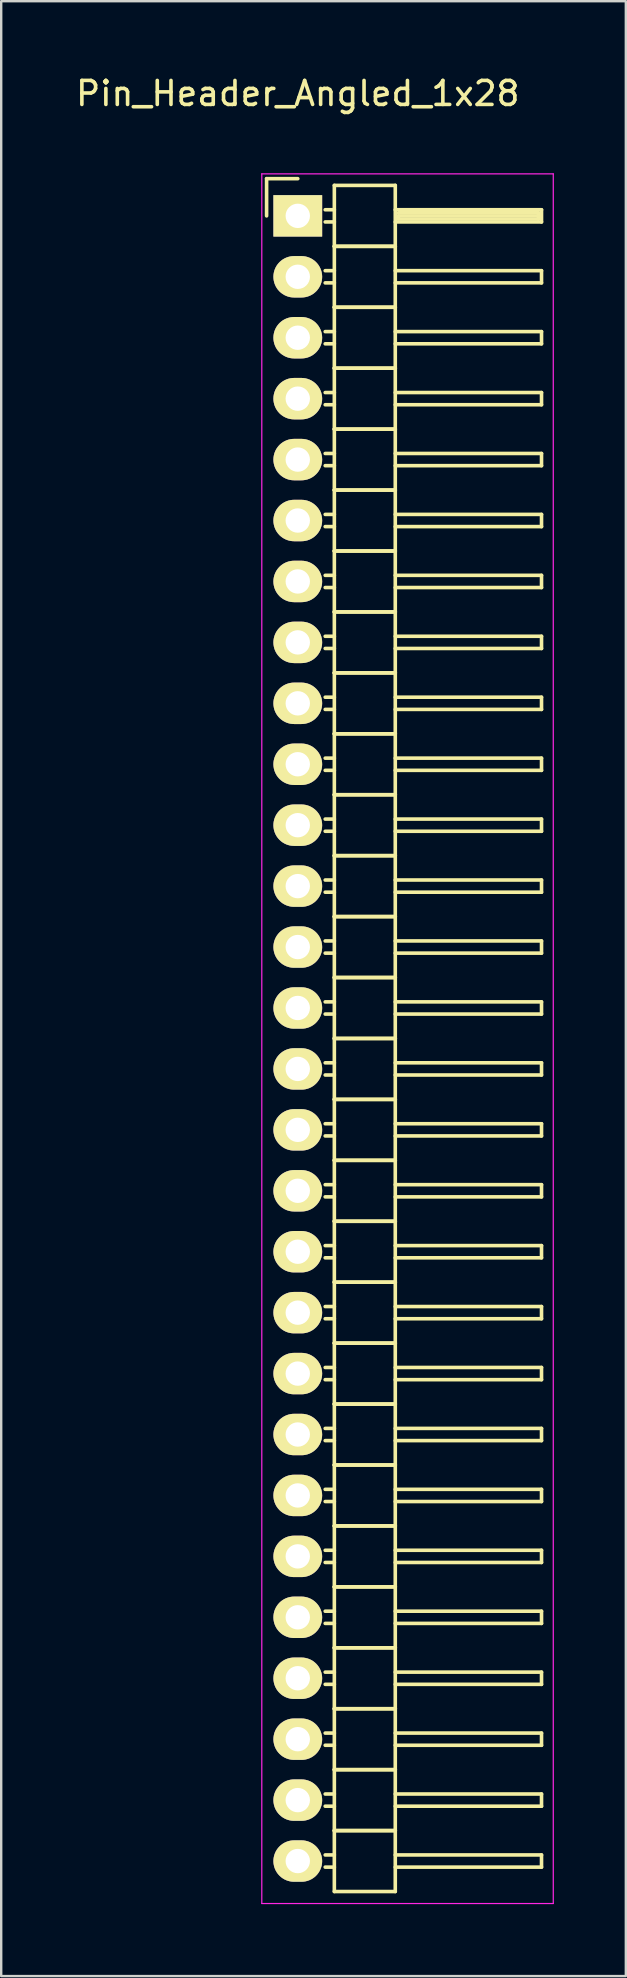
<source format=kicad_pcb>
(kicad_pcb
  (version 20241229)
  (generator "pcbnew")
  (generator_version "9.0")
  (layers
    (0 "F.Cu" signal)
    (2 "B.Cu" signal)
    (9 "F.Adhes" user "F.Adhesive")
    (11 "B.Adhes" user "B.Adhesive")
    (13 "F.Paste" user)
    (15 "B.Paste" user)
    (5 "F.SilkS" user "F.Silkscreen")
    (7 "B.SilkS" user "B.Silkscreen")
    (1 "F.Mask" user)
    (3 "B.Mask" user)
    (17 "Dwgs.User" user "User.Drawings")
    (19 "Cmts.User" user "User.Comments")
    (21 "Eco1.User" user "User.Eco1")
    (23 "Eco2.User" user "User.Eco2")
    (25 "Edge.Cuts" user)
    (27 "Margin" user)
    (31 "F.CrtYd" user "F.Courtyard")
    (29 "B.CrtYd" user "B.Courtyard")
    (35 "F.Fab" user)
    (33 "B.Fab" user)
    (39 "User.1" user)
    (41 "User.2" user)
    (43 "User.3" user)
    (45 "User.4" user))
  (footprint "Pin_Header_Angled_1x28"
    (layer "F.Cu")
    (at 9.363 5.948)
    (property "Reference" "Pin_Header_Angled_1x28" (at 0 -5.1 0) (layer "F.SilkS") (effects (font (size 1 1) (thickness 0.15))))
    (attr through_hole)
    (fp_line (start -1.3 -1.55) (end -1.3 0) (stroke (width 0.15) (type solid)) (layer "F.SilkS"))
    (fp_line (start 0 -1.55) (end -1.3 -1.55) (stroke (width 0.15) (type solid)) (layer "F.SilkS"))
    (fp_line (start 1.524 -1.27) (end 1.524 1.27) (stroke (width 0.15) (type solid)) (layer "F.SilkS"))
    (fp_line (start 1.524 -1.27) (end 4.064 -1.27) (stroke (width 0.15) (type solid)) (layer "F.SilkS"))
    (fp_line (start 1.524 -0.254) (end 1.143 -0.254) (stroke (width 0.15) (type solid)) (layer "F.SilkS"))
    (fp_line (start 1.524 0.254) (end 1.143 0.254) (stroke (width 0.15) (type solid)) (layer "F.SilkS"))
    (fp_line (start 1.524 1.27) (end 1.524 3.81) (stroke (width 0.15) (type solid)) (layer "F.SilkS"))
    (fp_line (start 1.524 1.27) (end 4.064 1.27) (stroke (width 0.15) (type solid)) (layer "F.SilkS"))
    (fp_line (start 1.524 1.27) (end 4.064 1.27) (stroke (width 0.15) (type solid)) (layer "F.SilkS"))
    (fp_line (start 1.524 2.286) (end 1.143 2.286) (stroke (width 0.15) (type solid)) (layer "F.SilkS"))
    (fp_line (start 1.524 2.794) (end 1.143 2.794) (stroke (width 0.15) (type solid)) (layer "F.SilkS"))
    (fp_line (start 1.524 3.81) (end 1.524 6.35) (stroke (width 0.15) (type solid)) (layer "F.SilkS"))
    (fp_line (start 1.524 3.81) (end 4.064 3.81) (stroke (width 0.15) (type solid)) (layer "F.SilkS"))
    (fp_line (start 1.524 3.81) (end 4.064 3.81) (stroke (width 0.15) (type solid)) (layer "F.SilkS"))
    (fp_line (start 1.524 4.826) (end 1.143 4.826) (stroke (width 0.15) (type solid)) (layer "F.SilkS"))
    (fp_line (start 1.524 5.334) (end 1.143 5.334) (stroke (width 0.15) (type solid)) (layer "F.SilkS"))
    (fp_line (start 1.524 6.35) (end 1.524 8.89) (stroke (width 0.15) (type solid)) (layer "F.SilkS"))
    (fp_line (start 1.524 6.35) (end 4.064 6.35) (stroke (width 0.15) (type solid)) (layer "F.SilkS"))
    (fp_line (start 1.524 6.35) (end 4.064 6.35) (stroke (width 0.15) (type solid)) (layer "F.SilkS"))
    (fp_line (start 1.524 7.366) (end 1.143 7.366) (stroke (width 0.15) (type solid)) (layer "F.SilkS"))
    (fp_line (start 1.524 7.874) (end 1.143 7.874) (stroke (width 0.15) (type solid)) (layer "F.SilkS"))
    (fp_line (start 1.524 8.89) (end 1.524 11.43) (stroke (width 0.15) (type solid)) (layer "F.SilkS"))
    (fp_line (start 1.524 8.89) (end 4.064 8.89) (stroke (width 0.15) (type solid)) (layer "F.SilkS"))
    (fp_line (start 1.524 8.89) (end 4.064 8.89) (stroke (width 0.15) (type solid)) (layer "F.SilkS"))
    (fp_line (start 1.524 9.906) (end 1.143 9.906) (stroke (width 0.15) (type solid)) (layer "F.SilkS"))
    (fp_line (start 1.524 10.414) (end 1.143 10.414) (stroke (width 0.15) (type solid)) (layer "F.SilkS"))
    (fp_line (start 1.524 11.43) (end 1.524 13.97) (stroke (width 0.15) (type solid)) (layer "F.SilkS"))
    (fp_line (start 1.524 11.43) (end 4.064 11.43) (stroke (width 0.15) (type solid)) (layer "F.SilkS"))
    (fp_line (start 1.524 11.43) (end 4.064 11.43) (stroke (width 0.15) (type solid)) (layer "F.SilkS"))
    (fp_line (start 1.524 12.446) (end 1.143 12.446) (stroke (width 0.15) (type solid)) (layer "F.SilkS"))
    (fp_line (start 1.524 12.954) (end 1.143 12.954) (stroke (width 0.15) (type solid)) (layer "F.SilkS"))
    (fp_line (start 1.524 13.97) (end 1.524 16.51) (stroke (width 0.15) (type solid)) (layer "F.SilkS"))
    (fp_line (start 1.524 13.97) (end 4.064 13.97) (stroke (width 0.15) (type solid)) (layer "F.SilkS"))
    (fp_line (start 1.524 13.97) (end 4.064 13.97) (stroke (width 0.15) (type solid)) (layer "F.SilkS"))
    (fp_line (start 1.524 14.986) (end 1.143 14.986) (stroke (width 0.15) (type solid)) (layer "F.SilkS"))
    (fp_line (start 1.524 15.494) (end 1.143 15.494) (stroke (width 0.15) (type solid)) (layer "F.SilkS"))
    (fp_line (start 1.524 16.51) (end 1.524 19.05) (stroke (width 0.15) (type solid)) (layer "F.SilkS"))
    (fp_line (start 1.524 16.51) (end 4.064 16.51) (stroke (width 0.15) (type solid)) (layer "F.SilkS"))
    (fp_line (start 1.524 16.51) (end 4.064 16.51) (stroke (width 0.15) (type solid)) (layer "F.SilkS"))
    (fp_line (start 1.524 17.526) (end 1.143 17.526) (stroke (width 0.15) (type solid)) (layer "F.SilkS"))
    (fp_line (start 1.524 18.034) (end 1.143 18.034) (stroke (width 0.15) (type solid)) (layer "F.SilkS"))
    (fp_line (start 1.524 19.05) (end 1.524 21.59) (stroke (width 0.15) (type solid)) (layer "F.SilkS"))
    (fp_line (start 1.524 19.05) (end 4.064 19.05) (stroke (width 0.15) (type solid)) (layer "F.SilkS"))
    (fp_line (start 1.524 19.05) (end 4.064 19.05) (stroke (width 0.15) (type solid)) (layer "F.SilkS"))
    (fp_line (start 1.524 20.066) (end 1.143 20.066) (stroke (width 0.15) (type solid)) (layer "F.SilkS"))
    (fp_line (start 1.524 20.574) (end 1.143 20.574) (stroke (width 0.15) (type solid)) (layer "F.SilkS"))
    (fp_line (start 1.524 21.59) (end 1.524 24.13) (stroke (width 0.15) (type solid)) (layer "F.SilkS"))
    (fp_line (start 1.524 21.59) (end 4.064 21.59) (stroke (width 0.15) (type solid)) (layer "F.SilkS"))
    (fp_line (start 1.524 21.59) (end 4.064 21.59) (stroke (width 0.15) (type solid)) (layer "F.SilkS"))
    (fp_line (start 1.524 22.606) (end 1.143 22.606) (stroke (width 0.15) (type solid)) (layer "F.SilkS"))
    (fp_line (start 1.524 23.114) (end 1.143 23.114) (stroke (width 0.15) (type solid)) (layer "F.SilkS"))
    (fp_line (start 1.524 24.13) (end 1.524 26.67) (stroke (width 0.15) (type solid)) (layer "F.SilkS"))
    (fp_line (start 1.524 24.13) (end 4.064 24.13) (stroke (width 0.15) (type solid)) (layer "F.SilkS"))
    (fp_line (start 1.524 24.13) (end 4.064 24.13) (stroke (width 0.15) (type solid)) (layer "F.SilkS"))
    (fp_line (start 1.524 25.146) (end 1.143 25.146) (stroke (width 0.15) (type solid)) (layer "F.SilkS"))
    (fp_line (start 1.524 25.654) (end 1.143 25.654) (stroke (width 0.15) (type solid)) (layer "F.SilkS"))
    (fp_line (start 1.524 26.67) (end 1.524 29.21) (stroke (width 0.15) (type solid)) (layer "F.SilkS"))
    (fp_line (start 1.524 26.67) (end 4.064 26.67) (stroke (width 0.15) (type solid)) (layer "F.SilkS"))
    (fp_line (start 1.524 26.67) (end 4.064 26.67) (stroke (width 0.15) (type solid)) (layer "F.SilkS"))
    (fp_line (start 1.524 27.686) (end 1.143 27.686) (stroke (width 0.15) (type solid)) (layer "F.SilkS"))
    (fp_line (start 1.524 28.194) (end 1.143 28.194) (stroke (width 0.15) (type solid)) (layer "F.SilkS"))
    (fp_line (start 1.524 29.21) (end 1.524 31.75) (stroke (width 0.15) (type solid)) (layer "F.SilkS"))
    (fp_line (start 1.524 29.21) (end 4.064 29.21) (stroke (width 0.15) (type solid)) (layer "F.SilkS"))
    (fp_line (start 1.524 29.21) (end 4.064 29.21) (stroke (width 0.15) (type solid)) (layer "F.SilkS"))
    (fp_line (start 1.524 30.226) (end 1.143 30.226) (stroke (width 0.15) (type solid)) (layer "F.SilkS"))
    (fp_line (start 1.524 30.734) (end 1.143 30.734) (stroke (width 0.15) (type solid)) (layer "F.SilkS"))
    (fp_line (start 1.524 31.75) (end 1.524 34.29) (stroke (width 0.15) (type solid)) (layer "F.SilkS"))
    (fp_line (start 1.524 31.75) (end 4.064 31.75) (stroke (width 0.15) (type solid)) (layer "F.SilkS"))
    (fp_line (start 1.524 31.75) (end 4.064 31.75) (stroke (width 0.15) (type solid)) (layer "F.SilkS"))
    (fp_line (start 1.524 32.766) (end 1.143 32.766) (stroke (width 0.15) (type solid)) (layer "F.SilkS"))
    (fp_line (start 1.524 33.274) (end 1.143 33.274) (stroke (width 0.15) (type solid)) (layer "F.SilkS"))
    (fp_line (start 1.524 34.29) (end 1.524 36.83) (stroke (width 0.15) (type solid)) (layer "F.SilkS"))
    (fp_line (start 1.524 34.29) (end 4.064 34.29) (stroke (width 0.15) (type solid)) (layer "F.SilkS"))
    (fp_line (start 1.524 34.29) (end 4.064 34.29) (stroke (width 0.15) (type solid)) (layer "F.SilkS"))
    (fp_line (start 1.524 35.306) (end 1.143 35.306) (stroke (width 0.15) (type solid)) (layer "F.SilkS"))
    (fp_line (start 1.524 35.814) (end 1.143 35.814) (stroke (width 0.15) (type solid)) (layer "F.SilkS"))
    (fp_line (start 1.524 36.83) (end 1.524 39.37) (stroke (width 0.15) (type solid)) (layer "F.SilkS"))
    (fp_line (start 1.524 36.83) (end 4.064 36.83) (stroke (width 0.15) (type solid)) (layer "F.SilkS"))
    (fp_line (start 1.524 36.83) (end 4.064 36.83) (stroke (width 0.15) (type solid)) (layer "F.SilkS"))
    (fp_line (start 1.524 37.846) (end 1.143 37.846) (stroke (width 0.15) (type solid)) (layer "F.SilkS"))
    (fp_line (start 1.524 38.354) (end 1.143 38.354) (stroke (width 0.15) (type solid)) (layer "F.SilkS"))
    (fp_line (start 1.524 39.37) (end 1.524 41.91) (stroke (width 0.15) (type solid)) (layer "F.SilkS"))
    (fp_line (start 1.524 39.37) (end 4.064 39.37) (stroke (width 0.15) (type solid)) (layer "F.SilkS"))
    (fp_line (start 1.524 39.37) (end 4.064 39.37) (stroke (width 0.15) (type solid)) (layer "F.SilkS"))
    (fp_line (start 1.524 40.386) (end 1.143 40.386) (stroke (width 0.15) (type solid)) (layer "F.SilkS"))
    (fp_line (start 1.524 40.894) (end 1.143 40.894) (stroke (width 0.15) (type solid)) (layer "F.SilkS"))
    (fp_line (start 1.524 41.91) (end 1.524 44.45) (stroke (width 0.15) (type solid)) (layer "F.SilkS"))
    (fp_line (start 1.524 41.91) (end 4.064 41.91) (stroke (width 0.15) (type solid)) (layer "F.SilkS"))
    (fp_line (start 1.524 41.91) (end 4.064 41.91) (stroke (width 0.15) (type solid)) (layer "F.SilkS"))
    (fp_line (start 1.524 42.926) (end 1.143 42.926) (stroke (width 0.15) (type solid)) (layer "F.SilkS"))
    (fp_line (start 1.524 43.434) (end 1.143 43.434) (stroke (width 0.15) (type solid)) (layer "F.SilkS"))
    (fp_line (start 1.524 44.45) (end 1.524 46.99) (stroke (width 0.15) (type solid)) (layer "F.SilkS"))
    (fp_line (start 1.524 44.45) (end 4.064 44.45) (stroke (width 0.15) (type solid)) (layer "F.SilkS"))
    (fp_line (start 1.524 44.45) (end 4.064 44.45) (stroke (width 0.15) (type solid)) (layer "F.SilkS"))
    (fp_line (start 1.524 45.466) (end 1.143 45.466) (stroke (width 0.15) (type solid)) (layer "F.SilkS"))
    (fp_line (start 1.524 45.974) (end 1.143 45.974) (stroke (width 0.15) (type solid)) (layer "F.SilkS"))
    (fp_line (start 1.524 46.99) (end 1.524 49.53) (stroke (width 0.15) (type solid)) (layer "F.SilkS"))
    (fp_line (start 1.524 46.99) (end 4.064 46.99) (stroke (width 0.15) (type solid)) (layer "F.SilkS"))
    (fp_line (start 1.524 46.99) (end 4.064 46.99) (stroke (width 0.15) (type solid)) (layer "F.SilkS"))
    (fp_line (start 1.524 48.006) (end 1.143 48.006) (stroke (width 0.15) (type solid)) (layer "F.SilkS"))
    (fp_line (start 1.524 48.514) (end 1.143 48.514) (stroke (width 0.15) (type solid)) (layer "F.SilkS"))
    (fp_line (start 1.524 49.53) (end 1.524 52.07) (stroke (width 0.15) (type solid)) (layer "F.SilkS"))
    (fp_line (start 1.524 49.53) (end 4.064 49.53) (stroke (width 0.15) (type solid)) (layer "F.SilkS"))
    (fp_line (start 1.524 49.53) (end 4.064 49.53) (stroke (width 0.15) (type solid)) (layer "F.SilkS"))
    (fp_line (start 1.524 50.546) (end 1.143 50.546) (stroke (width 0.15) (type solid)) (layer "F.SilkS"))
    (fp_line (start 1.524 51.054) (end 1.143 51.054) (stroke (width 0.15) (type solid)) (layer "F.SilkS"))
    (fp_line (start 1.524 52.07) (end 1.524 54.61) (stroke (width 0.15) (type solid)) (layer "F.SilkS"))
    (fp_line (start 1.524 52.07) (end 4.064 52.07) (stroke (width 0.15) (type solid)) (layer "F.SilkS"))
    (fp_line (start 1.524 52.07) (end 4.064 52.07) (stroke (width 0.15) (type solid)) (layer "F.SilkS"))
    (fp_line (start 1.524 53.086) (end 1.143 53.086) (stroke (width 0.15) (type solid)) (layer "F.SilkS"))
    (fp_line (start 1.524 53.594) (end 1.143 53.594) (stroke (width 0.15) (type solid)) (layer "F.SilkS"))
    (fp_line (start 1.524 54.61) (end 1.524 57.15) (stroke (width 0.15) (type solid)) (layer "F.SilkS"))
    (fp_line (start 1.524 54.61) (end 4.064 54.61) (stroke (width 0.15) (type solid)) (layer "F.SilkS"))
    (fp_line (start 1.524 54.61) (end 4.064 54.61) (stroke (width 0.15) (type solid)) (layer "F.SilkS"))
    (fp_line (start 1.524 55.626) (end 1.143 55.626) (stroke (width 0.15) (type solid)) (layer "F.SilkS"))
    (fp_line (start 1.524 56.134) (end 1.143 56.134) (stroke (width 0.15) (type solid)) (layer "F.SilkS"))
    (fp_line (start 1.524 57.15) (end 1.524 59.69) (stroke (width 0.15) (type solid)) (layer "F.SilkS"))
    (fp_line (start 1.524 57.15) (end 4.064 57.15) (stroke (width 0.15) (type solid)) (layer "F.SilkS"))
    (fp_line (start 1.524 57.15) (end 4.064 57.15) (stroke (width 0.15) (type solid)) (layer "F.SilkS"))
    (fp_line (start 1.524 58.166) (end 1.143 58.166) (stroke (width 0.15) (type solid)) (layer "F.SilkS"))
    (fp_line (start 1.524 58.674) (end 1.143 58.674) (stroke (width 0.15) (type solid)) (layer "F.SilkS"))
    (fp_line (start 1.524 59.69) (end 1.524 62.23) (stroke (width 0.15) (type solid)) (layer "F.SilkS"))
    (fp_line (start 1.524 59.69) (end 4.064 59.69) (stroke (width 0.15) (type solid)) (layer "F.SilkS"))
    (fp_line (start 1.524 59.69) (end 4.064 59.69) (stroke (width 0.15) (type solid)) (layer "F.SilkS"))
    (fp_line (start 1.524 60.706) (end 1.143 60.706) (stroke (width 0.15) (type solid)) (layer "F.SilkS"))
    (fp_line (start 1.524 61.214) (end 1.143 61.214) (stroke (width 0.15) (type solid)) (layer "F.SilkS"))
    (fp_line (start 1.524 62.23) (end 1.524 64.77) (stroke (width 0.15) (type solid)) (layer "F.SilkS"))
    (fp_line (start 1.524 62.23) (end 4.064 62.23) (stroke (width 0.15) (type solid)) (layer "F.SilkS"))
    (fp_line (start 1.524 62.23) (end 4.064 62.23) (stroke (width 0.15) (type solid)) (layer "F.SilkS"))
    (fp_line (start 1.524 63.246) (end 1.143 63.246) (stroke (width 0.15) (type solid)) (layer "F.SilkS"))
    (fp_line (start 1.524 63.754) (end 1.143 63.754) (stroke (width 0.15) (type solid)) (layer "F.SilkS"))
    (fp_line (start 1.524 64.77) (end 1.524 67.31) (stroke (width 0.15) (type solid)) (layer "F.SilkS"))
    (fp_line (start 1.524 64.77) (end 4.064 64.77) (stroke (width 0.15) (type solid)) (layer "F.SilkS"))
    (fp_line (start 1.524 64.77) (end 4.064 64.77) (stroke (width 0.15) (type solid)) (layer "F.SilkS"))
    (fp_line (start 1.524 65.786) (end 1.143 65.786) (stroke (width 0.15) (type solid)) (layer "F.SilkS"))
    (fp_line (start 1.524 66.294) (end 1.143 66.294) (stroke (width 0.15) (type solid)) (layer "F.SilkS"))
    (fp_line (start 1.524 67.31) (end 1.524 69.85) (stroke (width 0.15) (type solid)) (layer "F.SilkS"))
    (fp_line (start 1.524 67.31) (end 4.064 67.31) (stroke (width 0.15) (type solid)) (layer "F.SilkS"))
    (fp_line (start 1.524 67.31) (end 4.064 67.31) (stroke (width 0.15) (type solid)) (layer "F.SilkS"))
    (fp_line (start 1.524 68.326) (end 1.143 68.326) (stroke (width 0.15) (type solid)) (layer "F.SilkS"))
    (fp_line (start 1.524 68.834) (end 1.143 68.834) (stroke (width 0.15) (type solid)) (layer "F.SilkS"))
    (fp_line (start 1.524 69.85) (end 4.064 69.85) (stroke (width 0.15) (type solid)) (layer "F.SilkS"))
    (fp_line (start 4.064 -0.254) (end 10.16 -0.254) (stroke (width 0.15) (type solid)) (layer "F.SilkS"))
    (fp_line (start 4.064 1.27) (end 4.064 -1.27) (stroke (width 0.15) (type solid)) (layer "F.SilkS"))
    (fp_line (start 4.064 2.286) (end 10.16 2.286) (stroke (width 0.15) (type solid)) (layer "F.SilkS"))
    (fp_line (start 4.064 3.81) (end 4.064 1.27) (stroke (width 0.15) (type solid)) (layer "F.SilkS"))
    (fp_line (start 4.064 4.826) (end 10.16 4.826) (stroke (width 0.15) (type solid)) (layer "F.SilkS"))
    (fp_line (start 4.064 6.35) (end 4.064 3.81) (stroke (width 0.15) (type solid)) (layer "F.SilkS"))
    (fp_line (start 4.064 7.366) (end 10.16 7.366) (stroke (width 0.15) (type solid)) (layer "F.SilkS"))
    (fp_line (start 4.064 8.89) (end 4.064 6.35) (stroke (width 0.15) (type solid)) (layer "F.SilkS"))
    (fp_line (start 4.064 9.906) (end 10.16 9.906) (stroke (width 0.15) (type solid)) (layer "F.SilkS"))
    (fp_line (start 4.064 11.43) (end 4.064 8.89) (stroke (width 0.15) (type solid)) (layer "F.SilkS"))
    (fp_line (start 4.064 12.446) (end 10.16 12.446) (stroke (width 0.15) (type solid)) (layer "F.SilkS"))
    (fp_line (start 4.064 13.97) (end 4.064 11.43) (stroke (width 0.15) (type solid)) (layer "F.SilkS"))
    (fp_line (start 4.064 14.986) (end 10.16 14.986) (stroke (width 0.15) (type solid)) (layer "F.SilkS"))
    (fp_line (start 4.064 16.51) (end 4.064 13.97) (stroke (width 0.15) (type solid)) (layer "F.SilkS"))
    (fp_line (start 4.064 17.526) (end 10.16 17.526) (stroke (width 0.15) (type solid)) (layer "F.SilkS"))
    (fp_line (start 4.064 19.05) (end 4.064 16.51) (stroke (width 0.15) (type solid)) (layer "F.SilkS"))
    (fp_line (start 4.064 20.066) (end 10.16 20.066) (stroke (width 0.15) (type solid)) (layer "F.SilkS"))
    (fp_line (start 4.064 21.59) (end 4.064 19.05) (stroke (width 0.15) (type solid)) (layer "F.SilkS"))
    (fp_line (start 4.064 22.606) (end 10.16 22.606) (stroke (width 0.15) (type solid)) (layer "F.SilkS"))
    (fp_line (start 4.064 24.13) (end 4.064 21.59) (stroke (width 0.15) (type solid)) (layer "F.SilkS"))
    (fp_line (start 4.064 25.146) (end 10.16 25.146) (stroke (width 0.15) (type solid)) (layer "F.SilkS"))
    (fp_line (start 4.064 26.67) (end 4.064 24.13) (stroke (width 0.15) (type solid)) (layer "F.SilkS"))
    (fp_line (start 4.064 27.686) (end 10.16 27.686) (stroke (width 0.15) (type solid)) (layer "F.SilkS"))
    (fp_line (start 4.064 29.21) (end 4.064 26.67) (stroke (width 0.15) (type solid)) (layer "F.SilkS"))
    (fp_line (start 4.064 30.226) (end 10.16 30.226) (stroke (width 0.15) (type solid)) (layer "F.SilkS"))
    (fp_line (start 4.064 31.75) (end 4.064 29.21) (stroke (width 0.15) (type solid)) (layer "F.SilkS"))
    (fp_line (start 4.064 32.766) (end 10.16 32.766) (stroke (width 0.15) (type solid)) (layer "F.SilkS"))
    (fp_line (start 4.064 34.29) (end 4.064 31.75) (stroke (width 0.15) (type solid)) (layer "F.SilkS"))
    (fp_line (start 4.064 35.306) (end 10.16 35.306) (stroke (width 0.15) (type solid)) (layer "F.SilkS"))
    (fp_line (start 4.064 36.83) (end 4.064 34.29) (stroke (width 0.15) (type solid)) (layer "F.SilkS"))
    (fp_line (start 4.064 37.846) (end 10.16 37.846) (stroke (width 0.15) (type solid)) (layer "F.SilkS"))
    (fp_line (start 4.064 39.37) (end 4.064 36.83) (stroke (width 0.15) (type solid)) (layer "F.SilkS"))
    (fp_line (start 4.064 40.386) (end 10.16 40.386) (stroke (width 0.15) (type solid)) (layer "F.SilkS"))
    (fp_line (start 4.064 41.91) (end 4.064 39.37) (stroke (width 0.15) (type solid)) (layer "F.SilkS"))
    (fp_line (start 4.064 42.926) (end 10.16 42.926) (stroke (width 0.15) (type solid)) (layer "F.SilkS"))
    (fp_line (start 4.064 44.45) (end 4.064 41.91) (stroke (width 0.15) (type solid)) (layer "F.SilkS"))
    (fp_line (start 4.064 45.466) (end 10.16 45.466) (stroke (width 0.15) (type solid)) (layer "F.SilkS"))
    (fp_line (start 4.064 46.99) (end 4.064 44.45) (stroke (width 0.15) (type solid)) (layer "F.SilkS"))
    (fp_line (start 4.064 48.006) (end 10.16 48.006) (stroke (width 0.15) (type solid)) (layer "F.SilkS"))
    (fp_line (start 4.064 49.53) (end 4.064 46.99) (stroke (width 0.15) (type solid)) (layer "F.SilkS"))
    (fp_line (start 4.064 50.546) (end 10.16 50.546) (stroke (width 0.15) (type solid)) (layer "F.SilkS"))
    (fp_line (start 4.064 52.07) (end 4.064 49.53) (stroke (width 0.15) (type solid)) (layer "F.SilkS"))
    (fp_line (start 4.064 53.086) (end 10.16 53.086) (stroke (width 0.15) (type solid)) (layer "F.SilkS"))
    (fp_line (start 4.064 54.61) (end 4.064 52.07) (stroke (width 0.15) (type solid)) (layer "F.SilkS"))
    (fp_line (start 4.064 55.626) (end 10.16 55.626) (stroke (width 0.15) (type solid)) (layer "F.SilkS"))
    (fp_line (start 4.064 57.15) (end 4.064 54.61) (stroke (width 0.15) (type solid)) (layer "F.SilkS"))
    (fp_line (start 4.064 58.166) (end 10.16 58.166) (stroke (width 0.15) (type solid)) (layer "F.SilkS"))
    (fp_line (start 4.064 59.69) (end 4.064 57.15) (stroke (width 0.15) (type solid)) (layer "F.SilkS"))
    (fp_line (start 4.064 60.706) (end 10.16 60.706) (stroke (width 0.15) (type solid)) (layer "F.SilkS"))
    (fp_line (start 4.064 62.23) (end 4.064 59.69) (stroke (width 0.15) (type solid)) (layer "F.SilkS"))
    (fp_line (start 4.064 63.246) (end 10.16 63.246) (stroke (width 0.15) (type solid)) (layer "F.SilkS"))
    (fp_line (start 4.064 64.77) (end 4.064 62.23) (stroke (width 0.15) (type solid)) (layer "F.SilkS"))
    (fp_line (start 4.064 65.786) (end 10.16 65.786) (stroke (width 0.15) (type solid)) (layer "F.SilkS"))
    (fp_line (start 4.064 67.31) (end 4.064 64.77) (stroke (width 0.15) (type solid)) (layer "F.SilkS"))
    (fp_line (start 4.064 68.326) (end 10.16 68.326) (stroke (width 0.15) (type solid)) (layer "F.SilkS"))
    (fp_line (start 4.064 69.85) (end 4.064 67.31) (stroke (width 0.15) (type solid)) (layer "F.SilkS"))
    (fp_line (start 4.191 -0.127) (end 10.033 -0.127) (stroke (width 0.15) (type solid)) (layer "F.SilkS"))
    (fp_line (start 4.191 0) (end 10.033 0) (stroke (width 0.15) (type solid)) (layer "F.SilkS"))
    (fp_line (start 4.191 0.127) (end 4.191 0) (stroke (width 0.15) (type solid)) (layer "F.SilkS"))
    (fp_line (start 10.033 -0.127) (end 10.033 0.127) (stroke (width 0.15) (type solid)) (layer "F.SilkS"))
    (fp_line (start 10.033 0.127) (end 4.191 0.127) (stroke (width 0.15) (type solid)) (layer "F.SilkS"))
    (fp_line (start 10.16 -0.254) (end 10.16 0.254) (stroke (width 0.15) (type solid)) (layer "F.SilkS"))
    (fp_line (start 10.16 0.254) (end 4.064 0.254) (stroke (width 0.15) (type solid)) (layer "F.SilkS"))
    (fp_line (start 10.16 2.286) (end 10.16 2.794) (stroke (width 0.15) (type solid)) (layer "F.SilkS"))
    (fp_line (start 10.16 2.794) (end 4.064 2.794) (stroke (width 0.15) (type solid)) (layer "F.SilkS"))
    (fp_line (start 10.16 4.826) (end 10.16 5.334) (stroke (width 0.15) (type solid)) (layer "F.SilkS"))
    (fp_line (start 10.16 5.334) (end 4.064 5.334) (stroke (width 0.15) (type solid)) (layer "F.SilkS"))
    (fp_line (start 10.16 7.366) (end 10.16 7.874) (stroke (width 0.15) (type solid)) (layer "F.SilkS"))
    (fp_line (start 10.16 7.874) (end 4.064 7.874) (stroke (width 0.15) (type solid)) (layer "F.SilkS"))
    (fp_line (start 10.16 9.906) (end 10.16 10.414) (stroke (width 0.15) (type solid)) (layer "F.SilkS"))
    (fp_line (start 10.16 10.414) (end 4.064 10.414) (stroke (width 0.15) (type solid)) (layer "F.SilkS"))
    (fp_line (start 10.16 12.446) (end 10.16 12.954) (stroke (width 0.15) (type solid)) (layer "F.SilkS"))
    (fp_line (start 10.16 12.954) (end 4.064 12.954) (stroke (width 0.15) (type solid)) (layer "F.SilkS"))
    (fp_line (start 10.16 14.986) (end 10.16 15.494) (stroke (width 0.15) (type solid)) (layer "F.SilkS"))
    (fp_line (start 10.16 15.494) (end 4.064 15.494) (stroke (width 0.15) (type solid)) (layer "F.SilkS"))
    (fp_line (start 10.16 17.526) (end 10.16 18.034) (stroke (width 0.15) (type solid)) (layer "F.SilkS"))
    (fp_line (start 10.16 18.034) (end 4.064 18.034) (stroke (width 0.15) (type solid)) (layer "F.SilkS"))
    (fp_line (start 10.16 20.066) (end 10.16 20.574) (stroke (width 0.15) (type solid)) (layer "F.SilkS"))
    (fp_line (start 10.16 20.574) (end 4.064 20.574) (stroke (width 0.15) (type solid)) (layer "F.SilkS"))
    (fp_line (start 10.16 22.606) (end 10.16 23.114) (stroke (width 0.15) (type solid)) (layer "F.SilkS"))
    (fp_line (start 10.16 23.114) (end 4.064 23.114) (stroke (width 0.15) (type solid)) (layer "F.SilkS"))
    (fp_line (start 10.16 25.146) (end 10.16 25.654) (stroke (width 0.15) (type solid)) (layer "F.SilkS"))
    (fp_line (start 10.16 25.654) (end 4.064 25.654) (stroke (width 0.15) (type solid)) (layer "F.SilkS"))
    (fp_line (start 10.16 27.686) (end 10.16 28.194) (stroke (width 0.15) (type solid)) (layer "F.SilkS"))
    (fp_line (start 10.16 28.194) (end 4.064 28.194) (stroke (width 0.15) (type solid)) (layer "F.SilkS"))
    (fp_line (start 10.16 30.226) (end 10.16 30.734) (stroke (width 0.15) (type solid)) (layer "F.SilkS"))
    (fp_line (start 10.16 30.734) (end 4.064 30.734) (stroke (width 0.15) (type solid)) (layer "F.SilkS"))
    (fp_line (start 10.16 32.766) (end 10.16 33.274) (stroke (width 0.15) (type solid)) (layer "F.SilkS"))
    (fp_line (start 10.16 33.274) (end 4.064 33.274) (stroke (width 0.15) (type solid)) (layer "F.SilkS"))
    (fp_line (start 10.16 35.306) (end 10.16 35.814) (stroke (width 0.15) (type solid)) (layer "F.SilkS"))
    (fp_line (start 10.16 35.814) (end 4.064 35.814) (stroke (width 0.15) (type solid)) (layer "F.SilkS"))
    (fp_line (start 10.16 37.846) (end 10.16 38.354) (stroke (width 0.15) (type solid)) (layer "F.SilkS"))
    (fp_line (start 10.16 38.354) (end 4.064 38.354) (stroke (width 0.15) (type solid)) (layer "F.SilkS"))
    (fp_line (start 10.16 40.386) (end 10.16 40.894) (stroke (width 0.15) (type solid)) (layer "F.SilkS"))
    (fp_line (start 10.16 40.894) (end 4.064 40.894) (stroke (width 0.15) (type solid)) (layer "F.SilkS"))
    (fp_line (start 10.16 42.926) (end 10.16 43.434) (stroke (width 0.15) (type solid)) (layer "F.SilkS"))
    (fp_line (start 10.16 43.434) (end 4.064 43.434) (stroke (width 0.15) (type solid)) (layer "F.SilkS"))
    (fp_line (start 10.16 45.466) (end 10.16 45.974) (stroke (width 0.15) (type solid)) (layer "F.SilkS"))
    (fp_line (start 10.16 45.974) (end 4.064 45.974) (stroke (width 0.15) (type solid)) (layer "F.SilkS"))
    (fp_line (start 10.16 48.006) (end 10.16 48.514) (stroke (width 0.15) (type solid)) (layer "F.SilkS"))
    (fp_line (start 10.16 48.514) (end 4.064 48.514) (stroke (width 0.15) (type solid)) (layer "F.SilkS"))
    (fp_line (start 10.16 50.546) (end 10.16 51.054) (stroke (width 0.15) (type solid)) (layer "F.SilkS"))
    (fp_line (start 10.16 51.054) (end 4.064 51.054) (stroke (width 0.15) (type solid)) (layer "F.SilkS"))
    (fp_line (start 10.16 53.086) (end 10.16 53.594) (stroke (width 0.15) (type solid)) (layer "F.SilkS"))
    (fp_line (start 10.16 53.594) (end 4.064 53.594) (stroke (width 0.15) (type solid)) (layer "F.SilkS"))
    (fp_line (start 10.16 55.626) (end 10.16 56.134) (stroke (width 0.15) (type solid)) (layer "F.SilkS"))
    (fp_line (start 10.16 56.134) (end 4.064 56.134) (stroke (width 0.15) (type solid)) (layer "F.SilkS"))
    (fp_line (start 10.16 58.166) (end 10.16 58.674) (stroke (width 0.15) (type solid)) (layer "F.SilkS"))
    (fp_line (start 10.16 58.674) (end 4.064 58.674) (stroke (width 0.15) (type solid)) (layer "F.SilkS"))
    (fp_line (start 10.16 60.706) (end 10.16 61.214) (stroke (width 0.15) (type solid)) (layer "F.SilkS"))
    (fp_line (start 10.16 61.214) (end 4.064 61.214) (stroke (width 0.15) (type solid)) (layer "F.SilkS"))
    (fp_line (start 10.16 63.246) (end 10.16 63.754) (stroke (width 0.15) (type solid)) (layer "F.SilkS"))
    (fp_line (start 10.16 63.754) (end 4.064 63.754) (stroke (width 0.15) (type solid)) (layer "F.SilkS"))
    (fp_line (start 10.16 65.786) (end 10.16 66.294) (stroke (width 0.15) (type solid)) (layer "F.SilkS"))
    (fp_line (start 10.16 66.294) (end 4.064 66.294) (stroke (width 0.15) (type solid)) (layer "F.SilkS"))
    (fp_line (start 10.16 68.326) (end 10.16 68.834) (stroke (width 0.15) (type solid)) (layer "F.SilkS"))
    (fp_line (start 10.16 68.834) (end 4.064 68.834) (stroke (width 0.15) (type solid)) (layer "F.SilkS"))
    (fp_line (start -1.5 -1.75) (end -1.5 70.35) (stroke (width 0.05) (type solid)) (layer "F.CrtYd"))
    (fp_line (start -1.5 -1.75) (end 10.65 -1.75) (stroke (width 0.05) (type solid)) (layer "F.CrtYd"))
    (fp_line (start -1.5 70.35) (end 10.65 70.35) (stroke (width 0.05) (type solid)) (layer "F.CrtYd"))
    (fp_line (start 10.65 -1.75) (end 10.65 70.35) (stroke (width 0.05) (type solid)) (layer "F.CrtYd"))
    (pad "1" thru_hole rect (at 0 0) (size 2.032 1.727) (drill 1.016) (layers "*.Cu" "*.Mask" "F.SilkS"))
    (pad "2" thru_hole oval (at 0 2.54) (size 2.032 1.727) (drill 1.016) (layers "*.Cu" "*.Mask" "F.SilkS"))
    (pad "3" thru_hole oval (at 0 5.08) (size 2.032 1.727) (drill 1.016) (layers "*.Cu" "*.Mask" "F.SilkS"))
    (pad "4" thru_hole oval (at 0 7.62) (size 2.032 1.727) (drill 1.016) (layers "*.Cu" "*.Mask" "F.SilkS"))
    (pad "5" thru_hole oval (at 0 10.16) (size 2.032 1.727) (drill 1.016) (layers "*.Cu" "*.Mask" "F.SilkS"))
    (pad "6" thru_hole oval (at 0 12.7) (size 2.032 1.727) (drill 1.016) (layers "*.Cu" "*.Mask" "F.SilkS"))
    (pad "7" thru_hole oval (at 0 15.24) (size 2.032 1.727) (drill 1.016) (layers "*.Cu" "*.Mask" "F.SilkS"))
    (pad "8" thru_hole oval (at 0 17.78) (size 2.032 1.727) (drill 1.016) (layers "*.Cu" "*.Mask" "F.SilkS"))
    (pad "9" thru_hole oval (at 0 20.32) (size 2.032 1.727) (drill 1.016) (layers "*.Cu" "*.Mask" "F.SilkS"))
    (pad "10" thru_hole oval (at 0 22.86) (size 2.032 1.727) (drill 1.016) (layers "*.Cu" "*.Mask" "F.SilkS"))
    (pad "11" thru_hole oval (at 0 25.4) (size 2.032 1.727) (drill 1.016) (layers "*.Cu" "*.Mask" "F.SilkS"))
    (pad "12" thru_hole oval (at 0 27.94) (size 2.032 1.727) (drill 1.016) (layers "*.Cu" "*.Mask" "F.SilkS"))
    (pad "13" thru_hole oval (at 0 30.48) (size 2.032 1.727) (drill 1.016) (layers "*.Cu" "*.Mask" "F.SilkS"))
    (pad "14" thru_hole oval (at 0 33.02) (size 2.032 1.727) (drill 1.016) (layers "*.Cu" "*.Mask" "F.SilkS"))
    (pad "15" thru_hole oval (at 0 35.56) (size 2.032 1.727) (drill 1.016) (layers "*.Cu" "*.Mask" "F.SilkS"))
    (pad "16" thru_hole oval (at 0 38.1) (size 2.032 1.727) (drill 1.016) (layers "*.Cu" "*.Mask" "F.SilkS"))
    (pad "17" thru_hole oval (at 0 40.64) (size 2.032 1.727) (drill 1.016) (layers "*.Cu" "*.Mask" "F.SilkS"))
    (pad "18" thru_hole oval (at 0 43.18) (size 2.032 1.727) (drill 1.016) (layers "*.Cu" "*.Mask" "F.SilkS"))
    (pad "19" thru_hole oval (at 0 45.72) (size 2.032 1.727) (drill 1.016) (layers "*.Cu" "*.Mask" "F.SilkS"))
    (pad "20" thru_hole oval (at 0 48.26) (size 2.032 1.727) (drill 1.016) (layers "*.Cu" "*.Mask" "F.SilkS"))
    (pad "21" thru_hole oval (at 0 50.8) (size 2.032 1.727) (drill 1.016) (layers "*.Cu" "*.Mask" "F.SilkS"))
    (pad "22" thru_hole oval (at 0 53.34) (size 2.032 1.727) (drill 1.016) (layers "*.Cu" "*.Mask" "F.SilkS"))
    (pad "23" thru_hole oval (at 0 55.88) (size 2.032 1.727) (drill 1.016) (layers "*.Cu" "*.Mask" "F.SilkS"))
    (pad "24" thru_hole oval (at 0 58.42) (size 2.032 1.727) (drill 1.016) (layers "*.Cu" "*.Mask" "F.SilkS"))
    (pad "25" thru_hole oval (at 0 60.96) (size 2.032 1.727) (drill 1.016) (layers "*.Cu" "*.Mask" "F.SilkS"))
    (pad "26" thru_hole oval (at 0 63.5) (size 2.032 1.727) (drill 1.016) (layers "*.Cu" "*.Mask" "F.SilkS"))
    (pad "27" thru_hole oval (at 0 66.04) (size 2.032 1.727) (drill 1.016) (layers "*.Cu" "*.Mask" "F.SilkS"))
    (pad "28" thru_hole oval (at 0 68.58) (size 2.032 1.727) (drill 1.016) (layers "*.Cu" "*.Mask" "F.SilkS")))
  (gr_rect
    (start -3 -3)
    (end 23.038 79.323)
    (stroke (width 0.1) (type default))
    (fill no)
    (layer "Edge.Cuts")))
</source>
